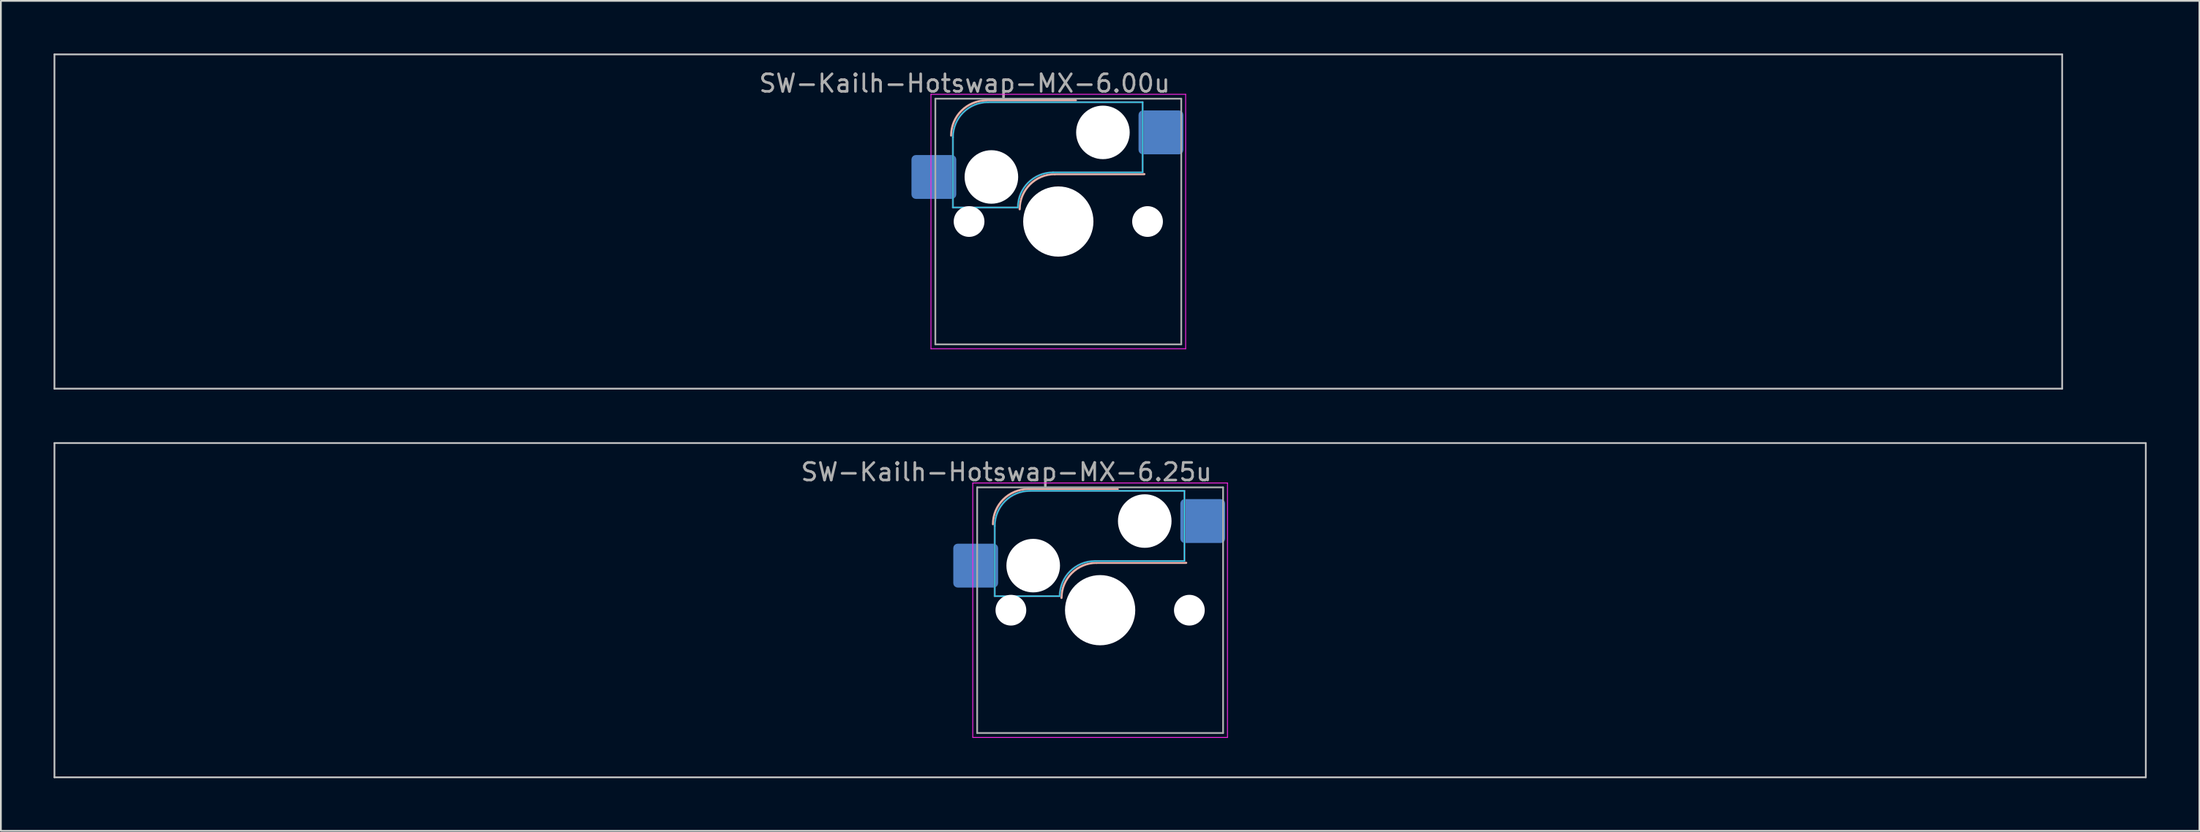
<source format=kicad_pcb>
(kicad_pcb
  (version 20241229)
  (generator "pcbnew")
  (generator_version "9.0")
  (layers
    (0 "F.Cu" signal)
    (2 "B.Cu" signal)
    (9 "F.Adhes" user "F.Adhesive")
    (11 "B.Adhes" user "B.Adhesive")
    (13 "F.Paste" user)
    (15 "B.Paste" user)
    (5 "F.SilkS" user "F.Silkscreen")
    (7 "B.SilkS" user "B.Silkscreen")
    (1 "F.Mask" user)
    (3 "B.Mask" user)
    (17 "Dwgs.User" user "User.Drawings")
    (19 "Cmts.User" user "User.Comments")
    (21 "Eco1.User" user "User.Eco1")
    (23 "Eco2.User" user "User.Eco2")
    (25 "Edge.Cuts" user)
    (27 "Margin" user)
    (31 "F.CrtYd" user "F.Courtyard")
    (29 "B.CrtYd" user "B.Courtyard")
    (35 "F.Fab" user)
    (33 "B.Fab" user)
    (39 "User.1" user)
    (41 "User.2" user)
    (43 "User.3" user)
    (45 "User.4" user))
  (footprint "SW-Kailh-Hotswap-MX-6.00u"
    (layer "F.Cu")
    (at 57.2 9.575)
    (property "Reference" "SW-Kailh-Hotswap-MX-6.00u" (at -5.334 -7.874 0) (layer "F.Fab") (effects (font (size 1 1) (thickness 0.15))))
    (attr smd)
    (fp_line (start -4.1 -6.9) (end 1 -6.9) (stroke (width 0.12) (type solid)) (layer "B.SilkS"))
    (fp_line (start -0.2 -2.7) (end 4.9 -2.7) (stroke (width 0.12) (type solid)) (layer "B.SilkS"))
    (fp_arc (start -6.1 -4.9) (mid -5.514214 -6.314214) (end -4.1 -6.9) (stroke (width 0.12) (type solid)) (layer "B.SilkS"))
    (fp_arc (start -2.2 -0.7) (mid -1.614214 -2.114214) (end -0.2 -2.7) (stroke (width 0.12) (type solid)) (layer "B.SilkS"))
    (fp_line (start -57.15 -9.525) (end -57.15 9.525) (stroke (width 0.1) (type solid)) (layer "Dwgs.User"))
    (fp_line (start -57.15 9.525) (end 57.15 9.525) (stroke (width 0.1) (type solid)) (layer "Dwgs.User"))
    (fp_line (start 57.15 -9.525) (end -57.15 -9.525) (stroke (width 0.1) (type solid)) (layer "Dwgs.User"))
    (fp_line (start 57.15 9.525) (end 57.15 -9.525) (stroke (width 0.1) (type solid)) (layer "Dwgs.User"))
    (fp_line (start -7.8 -6) (end -7 -6) (stroke (width 0.1) (type solid)) (layer "Eco1.User"))
    (fp_line (start -7.8 -2.9) (end -7.8 -6) (stroke (width 0.1) (type solid)) (layer "Eco1.User"))
    (fp_line (start -7.8 2.9) (end -7 2.9) (stroke (width 0.1) (type solid)) (layer "Eco1.User"))
    (fp_line (start -7.8 6) (end -7.8 2.9) (stroke (width 0.1) (type solid)) (layer "Eco1.User"))
    (fp_line (start -7 -7) (end 7 -7) (stroke (width 0.1) (type solid)) (layer "Eco1.User"))
    (fp_line (start -7 -6) (end -7 -7) (stroke (width 0.1) (type solid)) (layer "Eco1.User"))
    (fp_line (start -7 -2.9) (end -7.8 -2.9) (stroke (width 0.1) (type solid)) (layer "Eco1.User"))
    (fp_line (start -7 2.9) (end -7 -2.9) (stroke (width 0.1) (type solid)) (layer "Eco1.User"))
    (fp_line (start -7 6) (end -7.8 6) (stroke (width 0.1) (type solid)) (layer "Eco1.User"))
    (fp_line (start -7 7) (end -7 6) (stroke (width 0.1) (type solid)) (layer "Eco1.User"))
    (fp_line (start 7 -7) (end 7 -6) (stroke (width 0.1) (type solid)) (layer "Eco1.User"))
    (fp_line (start 7 -6) (end 7.8 -6) (stroke (width 0.1) (type solid)) (layer "Eco1.User"))
    (fp_line (start 7 -2.9) (end 7 2.9) (stroke (width 0.1) (type solid)) (layer "Eco1.User"))
    (fp_line (start 7 2.9) (end 7.8 2.9) (stroke (width 0.1) (type solid)) (layer "Eco1.User"))
    (fp_line (start 7 6) (end 7 7) (stroke (width 0.1) (type solid)) (layer "Eco1.User"))
    (fp_line (start 7 7) (end -7 7) (stroke (width 0.1) (type solid)) (layer "Eco1.User"))
    (fp_line (start 7.8 -6) (end 7.8 -2.9) (stroke (width 0.1) (type solid)) (layer "Eco1.User"))
    (fp_line (start 7.8 -2.9) (end 7 -2.9) (stroke (width 0.1) (type solid)) (layer "Eco1.User"))
    (fp_line (start 7.8 2.9) (end 7.8 6) (stroke (width 0.1) (type solid)) (layer "Eco1.User"))
    (fp_line (start 7.8 6) (end 7 6) (stroke (width 0.1) (type solid)) (layer "Eco1.User"))
    (fp_line (start -6 -0.8) (end -6 -4.8) (stroke (width 0.05) (type solid)) (layer "B.CrtYd"))
    (fp_line (start -6 -0.8) (end -2.3 -0.8) (stroke (width 0.05) (type solid)) (layer "B.CrtYd"))
    (fp_line (start -4 -6.8) (end 4.8 -6.8) (stroke (width 0.05) (type solid)) (layer "B.CrtYd"))
    (fp_line (start -0.3 -2.8) (end 4.8 -2.8) (stroke (width 0.05) (type solid)) (layer "B.CrtYd"))
    (fp_line (start 4.8 -6.8) (end 4.8 -2.8) (stroke (width 0.05) (type solid)) (layer "B.CrtYd"))
    (fp_arc (start -6 -4.8) (mid -5.414214 -6.214214) (end -4 -6.8) (stroke (width 0.05) (type solid)) (layer "B.CrtYd"))
    (fp_arc (start -2.3 -0.8) (mid -1.714214 -2.214214) (end -0.3 -2.8) (stroke (width 0.05) (type solid)) (layer "B.CrtYd"))
    (fp_line (start -7.25 -7.25) (end -7.25 7.25) (stroke (width 0.05) (type solid)) (layer "F.CrtYd"))
    (fp_line (start -7.25 7.25) (end 7.25 7.25) (stroke (width 0.05) (type solid)) (layer "F.CrtYd"))
    (fp_line (start 7.25 -7.25) (end -7.25 -7.25) (stroke (width 0.05) (type solid)) (layer "F.CrtYd"))
    (fp_line (start 7.25 7.25) (end 7.25 -7.25) (stroke (width 0.05) (type solid)) (layer "F.CrtYd"))
    (fp_line (start -6 -0.8) (end -6 -4.8) (stroke (width 0.12) (type solid)) (layer "B.Fab"))
    (fp_line (start -6 -0.8) (end -2.3 -0.8) (stroke (width 0.12) (type solid)) (layer "B.Fab"))
    (fp_line (start -4 -6.8) (end 4.8 -6.8) (stroke (width 0.12) (type solid)) (layer "B.Fab"))
    (fp_line (start -0.3 -2.8) (end 4.8 -2.8) (stroke (width 0.12) (type solid)) (layer "B.Fab"))
    (fp_line (start 4.8 -6.8) (end 4.8 -2.8) (stroke (width 0.12) (type solid)) (layer "B.Fab"))
    (fp_arc (start -6 -4.8) (mid -5.414214 -6.214214) (end -4 -6.8) (stroke (width 0.12) (type solid)) (layer "B.Fab"))
    (fp_arc (start -2.3 -0.8) (mid -1.714214 -2.214214) (end -0.3 -2.8) (stroke (width 0.12) (type solid)) (layer "B.Fab"))
    (fp_line (start -7 -7) (end -7 7) (stroke (width 0.1) (type solid)) (layer "F.Fab"))
    (fp_line (start -7 7) (end 7 7) (stroke (width 0.1) (type solid)) (layer "F.Fab"))
    (fp_line (start 7 -7) (end -7 -7) (stroke (width 0.1) (type solid)) (layer "F.Fab"))
    (fp_line (start 7 7) (end 7 -7) (stroke (width 0.1) (type solid)) (layer "F.Fab"))
    (pad "" np_thru_hole circle (at -5.08 0) (size 1.75 1.75) (drill 1.75) (layers "*.Cu" "*.Mask"))
    (pad "" np_thru_hole circle (at -3.81 -2.54) (size 3.05 3.05) (drill 3.05) (layers "*.Cu" "*.Mask"))
    (pad "" np_thru_hole circle (at 0 0) (size 4 4) (drill 4) (layers "*.Cu" "*.Mask"))
    (pad "" np_thru_hole circle (at 2.54 -5.08) (size 3.05 3.05) (drill 3.05) (layers "*.Cu" "*.Mask"))
    (pad "" np_thru_hole circle (at 5.08 0) (size 1.75 1.75) (drill 1.75) (layers "*.Cu" "*.Mask"))
    (pad "1" smd roundrect (at -7.085 -2.54) (size 2.55 2.5) (layers "B.Cu" "B.Mask" "B.Paste") (roundrect_rratio 0.1))
    (pad "2" smd roundrect (at 5.842 -5.08) (size 2.55 2.5) (layers "B.Cu" "B.Mask" "B.Paste") (roundrect_rratio 0.1)))
  (footprint "SW-Kailh-Hotswap-MX-6.25u"
    (layer "F.Cu")
    (at 59.581 31.725)
    (property "Reference" "SW-Kailh-Hotswap-MX-6.25u" (at -5.334 -7.874 0) (layer "F.Fab") (effects (font (size 1 1) (thickness 0.15))))
    (attr smd)
    (fp_line (start -4.1 -6.9) (end 1 -6.9) (stroke (width 0.12) (type solid)) (layer "B.SilkS"))
    (fp_line (start -0.2 -2.7) (end 4.9 -2.7) (stroke (width 0.12) (type solid)) (layer "B.SilkS"))
    (fp_arc (start -6.1 -4.9) (mid -5.514214 -6.314214) (end -4.1 -6.9) (stroke (width 0.12) (type solid)) (layer "B.SilkS"))
    (fp_arc (start -2.2 -0.7) (mid -1.614214 -2.114214) (end -0.2 -2.7) (stroke (width 0.12) (type solid)) (layer "B.SilkS"))
    (fp_line (start -59.531 -9.525) (end -59.531 9.525) (stroke (width 0.1) (type solid)) (layer "Dwgs.User"))
    (fp_line (start -59.531 9.525) (end 59.531 9.525) (stroke (width 0.1) (type solid)) (layer "Dwgs.User"))
    (fp_line (start 59.531 -9.525) (end -59.531 -9.525) (stroke (width 0.1) (type solid)) (layer "Dwgs.User"))
    (fp_line (start 59.531 9.525) (end 59.531 -9.525) (stroke (width 0.1) (type solid)) (layer "Dwgs.User"))
    (fp_line (start -7.8 -6) (end -7 -6) (stroke (width 0.1) (type solid)) (layer "Eco1.User"))
    (fp_line (start -7.8 -2.9) (end -7.8 -6) (stroke (width 0.1) (type solid)) (layer "Eco1.User"))
    (fp_line (start -7.8 2.9) (end -7 2.9) (stroke (width 0.1) (type solid)) (layer "Eco1.User"))
    (fp_line (start -7.8 6) (end -7.8 2.9) (stroke (width 0.1) (type solid)) (layer "Eco1.User"))
    (fp_line (start -7 -7) (end 7 -7) (stroke (width 0.1) (type solid)) (layer "Eco1.User"))
    (fp_line (start -7 -6) (end -7 -7) (stroke (width 0.1) (type solid)) (layer "Eco1.User"))
    (fp_line (start -7 -2.9) (end -7.8 -2.9) (stroke (width 0.1) (type solid)) (layer "Eco1.User"))
    (fp_line (start -7 2.9) (end -7 -2.9) (stroke (width 0.1) (type solid)) (layer "Eco1.User"))
    (fp_line (start -7 6) (end -7.8 6) (stroke (width 0.1) (type solid)) (layer "Eco1.User"))
    (fp_line (start -7 7) (end -7 6) (stroke (width 0.1) (type solid)) (layer "Eco1.User"))
    (fp_line (start 7 -7) (end 7 -6) (stroke (width 0.1) (type solid)) (layer "Eco1.User"))
    (fp_line (start 7 -6) (end 7.8 -6) (stroke (width 0.1) (type solid)) (layer "Eco1.User"))
    (fp_line (start 7 -2.9) (end 7 2.9) (stroke (width 0.1) (type solid)) (layer "Eco1.User"))
    (fp_line (start 7 2.9) (end 7.8 2.9) (stroke (width 0.1) (type solid)) (layer "Eco1.User"))
    (fp_line (start 7 6) (end 7 7) (stroke (width 0.1) (type solid)) (layer "Eco1.User"))
    (fp_line (start 7 7) (end -7 7) (stroke (width 0.1) (type solid)) (layer "Eco1.User"))
    (fp_line (start 7.8 -6) (end 7.8 -2.9) (stroke (width 0.1) (type solid)) (layer "Eco1.User"))
    (fp_line (start 7.8 -2.9) (end 7 -2.9) (stroke (width 0.1) (type solid)) (layer "Eco1.User"))
    (fp_line (start 7.8 2.9) (end 7.8 6) (stroke (width 0.1) (type solid)) (layer "Eco1.User"))
    (fp_line (start 7.8 6) (end 7 6) (stroke (width 0.1) (type solid)) (layer "Eco1.User"))
    (fp_line (start -6 -0.8) (end -6 -4.8) (stroke (width 0.05) (type solid)) (layer "B.CrtYd"))
    (fp_line (start -6 -0.8) (end -2.3 -0.8) (stroke (width 0.05) (type solid)) (layer "B.CrtYd"))
    (fp_line (start -4 -6.8) (end 4.8 -6.8) (stroke (width 0.05) (type solid)) (layer "B.CrtYd"))
    (fp_line (start -0.3 -2.8) (end 4.8 -2.8) (stroke (width 0.05) (type solid)) (layer "B.CrtYd"))
    (fp_line (start 4.8 -6.8) (end 4.8 -2.8) (stroke (width 0.05) (type solid)) (layer "B.CrtYd"))
    (fp_arc (start -6 -4.8) (mid -5.414214 -6.214214) (end -4 -6.8) (stroke (width 0.05) (type solid)) (layer "B.CrtYd"))
    (fp_arc (start -2.3 -0.8) (mid -1.714214 -2.214214) (end -0.3 -2.8) (stroke (width 0.05) (type solid)) (layer "B.CrtYd"))
    (fp_line (start -7.25 -7.25) (end -7.25 7.25) (stroke (width 0.05) (type solid)) (layer "F.CrtYd"))
    (fp_line (start -7.25 7.25) (end 7.25 7.25) (stroke (width 0.05) (type solid)) (layer "F.CrtYd"))
    (fp_line (start 7.25 -7.25) (end -7.25 -7.25) (stroke (width 0.05) (type solid)) (layer "F.CrtYd"))
    (fp_line (start 7.25 7.25) (end 7.25 -7.25) (stroke (width 0.05) (type solid)) (layer "F.CrtYd"))
    (fp_line (start -6 -0.8) (end -6 -4.8) (stroke (width 0.12) (type solid)) (layer "B.Fab"))
    (fp_line (start -6 -0.8) (end -2.3 -0.8) (stroke (width 0.12) (type solid)) (layer "B.Fab"))
    (fp_line (start -4 -6.8) (end 4.8 -6.8) (stroke (width 0.12) (type solid)) (layer "B.Fab"))
    (fp_line (start -0.3 -2.8) (end 4.8 -2.8) (stroke (width 0.12) (type solid)) (layer "B.Fab"))
    (fp_line (start 4.8 -6.8) (end 4.8 -2.8) (stroke (width 0.12) (type solid)) (layer "B.Fab"))
    (fp_arc (start -6 -4.8) (mid -5.414214 -6.214214) (end -4 -6.8) (stroke (width 0.12) (type solid)) (layer "B.Fab"))
    (fp_arc (start -2.3 -0.8) (mid -1.714214 -2.214214) (end -0.3 -2.8) (stroke (width 0.12) (type solid)) (layer "B.Fab"))
    (fp_line (start -7 -7) (end -7 7) (stroke (width 0.1) (type solid)) (layer "F.Fab"))
    (fp_line (start -7 7) (end 7 7) (stroke (width 0.1) (type solid)) (layer "F.Fab"))
    (fp_line (start 7 -7) (end -7 -7) (stroke (width 0.1) (type solid)) (layer "F.Fab"))
    (fp_line (start 7 7) (end 7 -7) (stroke (width 0.1) (type solid)) (layer "F.Fab"))
    (pad "" np_thru_hole circle (at -5.08 0) (size 1.75 1.75) (drill 1.75) (layers "*.Cu" "*.Mask"))
    (pad "" np_thru_hole circle (at -3.81 -2.54) (size 3.05 3.05) (drill 3.05) (layers "*.Cu" "*.Mask"))
    (pad "" np_thru_hole circle (at 0 0) (size 4 4) (drill 4) (layers "*.Cu" "*.Mask"))
    (pad "" np_thru_hole circle (at 2.54 -5.08) (size 3.05 3.05) (drill 3.05) (layers "*.Cu" "*.Mask"))
    (pad "" np_thru_hole circle (at 5.08 0) (size 1.75 1.75) (drill 1.75) (layers "*.Cu" "*.Mask"))
    (pad "1" smd roundrect (at -7.085 -2.54) (size 2.55 2.5) (layers "B.Cu" "B.Mask" "B.Paste") (roundrect_rratio 0.1))
    (pad "2" smd roundrect (at 5.842 -5.08) (size 2.55 2.5) (layers "B.Cu" "B.Mask" "B.Paste") (roundrect_rratio 0.1)))
  (gr_rect
    (start -3 -3)
    (end 122.162 44.3)
    (stroke (width 0.1) (type default))
    (fill no)
    (layer "Edge.Cuts")))
</source>
